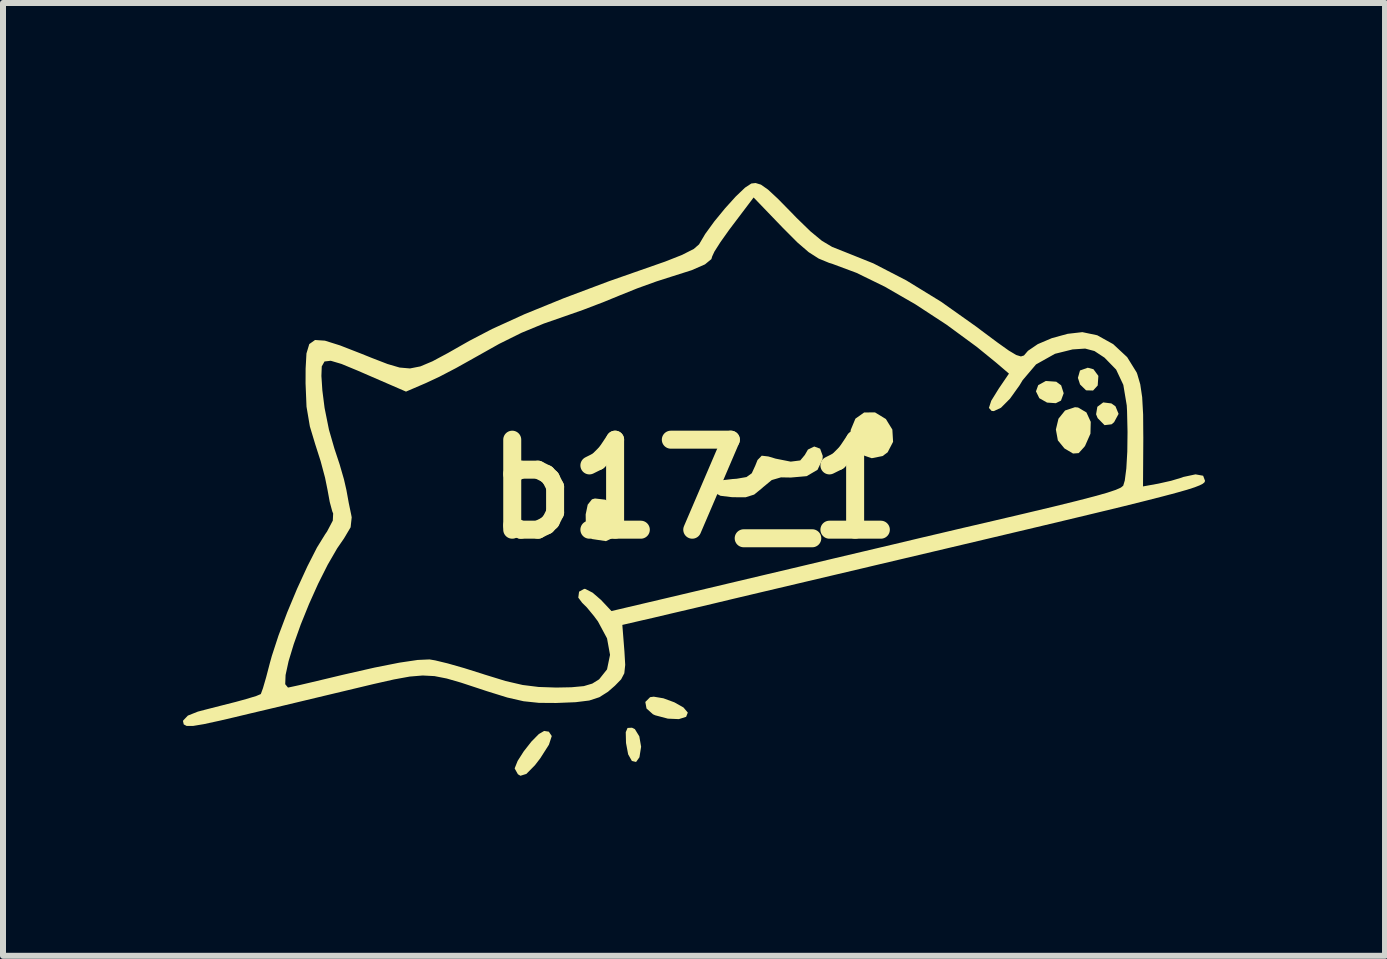
<source format=kicad_pcb>
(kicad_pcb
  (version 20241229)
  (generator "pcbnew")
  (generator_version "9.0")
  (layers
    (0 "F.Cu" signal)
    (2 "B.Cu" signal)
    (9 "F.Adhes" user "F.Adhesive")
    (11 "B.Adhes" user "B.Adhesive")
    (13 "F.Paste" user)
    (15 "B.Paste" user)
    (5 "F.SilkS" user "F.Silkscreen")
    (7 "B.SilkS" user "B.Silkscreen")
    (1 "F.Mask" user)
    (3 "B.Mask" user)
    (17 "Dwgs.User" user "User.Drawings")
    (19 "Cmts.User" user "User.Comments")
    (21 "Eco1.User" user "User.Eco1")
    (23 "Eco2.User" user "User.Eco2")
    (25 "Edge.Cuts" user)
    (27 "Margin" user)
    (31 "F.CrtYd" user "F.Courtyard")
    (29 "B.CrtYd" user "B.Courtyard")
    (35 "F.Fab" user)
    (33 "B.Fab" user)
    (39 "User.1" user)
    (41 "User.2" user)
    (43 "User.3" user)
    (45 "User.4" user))
  (footprint "b17_1"
    (layer "F.Cu")
    (at 8.522 4.591)
    (property "Reference" "b17_1" (at 0 0.508 0) (layer "F.SilkS") (effects (font (size 1.5 1.5) (thickness 0.3))))
    (attr board_only exclude_from_pos_files exclude_from_bom)
    (fp_poly (pts (xy 6.426 -1.467) (xy 6.391 -1.344) (xy 6.427 -1.234) (xy 6.527 -1.136) (xy 6.644 -1.133) (xy 6.721 -1.217) (xy 6.732 -1.377) (xy 6.65 -1.488) (xy 6.555 -1.513)) (stroke (width 0) (type solid)) (fill yes) (layer "F.SilkS"))
    (fp_poly (pts (xy 5.73 -1.223) (xy 5.692 -1.119) (xy 5.748 -1.005) (xy 5.877 -0.932) (xy 6.023 -0.922) (xy 6.109 -0.965) (xy 6.154 -1.088) (xy 6.112 -1.219) (xy 6.03 -1.28) (xy 5.856 -1.292)) (stroke (width 0) (type solid)) (fill yes) (layer "F.SilkS"))
    (fp_poly (pts (xy 6.715 -0.862) (xy 6.694 -0.737) (xy 6.72 -0.673) (xy 6.835 -0.556) (xy 6.952 -0.57) (xy 6.994 -0.605) (xy 7.069 -0.744) (xy 7.017 -0.87) (xy 6.949 -0.918) (xy 6.813 -0.935)) (stroke (width 0) (type solid)) (fill yes) (layer "F.SilkS"))
    (fp_poly (pts (xy -1.114 4.49) (xy -1.144 4.56) (xy -1.14 4.728) (xy -1.139 4.744) (xy -1.104 4.93) (xy -1.042 5.04) (xy -0.972 5.057) (xy -0.916 4.979) (xy -0.888 4.803) (xy -0.918 4.63) (xy -0.992 4.51) (xy -1.04 4.486)) (stroke (width 0) (type solid)) (fill yes) (layer "F.SilkS"))
    (fp_poly (pts (xy -0.738 3.977) (xy -0.818 4.057) (xy -0.798 4.166) (xy -0.691 4.262) (xy -0.654 4.279) (xy -0.442 4.335) (xy -0.259 4.343) (xy -0.138 4.305) (xy -0.11 4.234) (xy -0.182 4.149) (xy -0.334 4.063) (xy -0.516 3.996) (xy -0.677 3.969)) (stroke (width 0) (type solid)) (fill yes) (layer "F.SilkS"))
    (fp_poly (pts (xy 2.828 -0.767) (xy 2.683 -0.664) (xy 2.605 -0.476) (xy 2.599 -0.4) (xy 2.651 -0.202) (xy 2.782 -0.064) (xy 2.956 -0.005) (xy 3.136 -0.041) (xy 3.22 -0.103) (xy 3.311 -0.278) (xy 3.299 -0.482) (xy 3.191 -0.658) (xy 3.009 -0.769)) (stroke (width 0) (type solid)) (fill yes) (layer "F.SilkS"))
    (fp_poly (pts (xy -1.707 0.68) (xy -1.778 0.769) (xy -1.812 0.932) (xy -1.809 1.117) (xy -1.768 1.272) (xy -1.705 1.342) (xy -1.474 1.377) (xy -1.287 1.289) (xy -1.259 1.259) (xy -1.195 1.108) (xy -1.229 0.94) (xy -1.334 0.789) (xy -1.485 0.686) (xy -1.657 0.666)) (stroke (width 0) (type solid)) (fill yes) (layer "F.SilkS"))
    (fp_poly (pts (xy 6.177 -0.8) (xy 6.067 -0.663) (xy 6.024 -0.483) (xy 6.057 -0.302) (xy 6.167 -0.168) (xy 6.31 -0.083) (xy 6.404 -0.09) (xy 6.499 -0.195) (xy 6.511 -0.212) (xy 6.6 -0.414) (xy 6.605 -0.611) (xy 6.533 -0.768) (xy 6.394 -0.85) (xy 6.342 -0.855)) (stroke (width 0) (type solid)) (fill yes) (layer "F.SilkS"))
    (fp_poly (pts (xy -2.592 4.591) (xy -2.716 4.717) (xy -2.844 4.88) (xy -2.946 5.04) (xy -2.994 5.16) (xy -2.994 5.168) (xy -2.941 5.262) (xy -2.899 5.287) (xy -2.8 5.256) (xy -2.657 5.111) (xy -2.568 4.995) (xy -2.424 4.769) (xy -2.377 4.625) (xy -2.426 4.552) (xy -2.504 4.54)) (stroke (width 0) (type solid)) (fill yes) (layer "F.SilkS"))
    (fp_poly (pts (xy 1.892 -0.149) (xy 1.84 -0.059) (xy 1.764 0.032) (xy 1.605 0.052) (xy 1.353 0.002) (xy 1.233 -0.034) (xy 1.122 -0.047) (xy 1.052 0.025) (xy 1.014 0.12) (xy 0.956 0.246) (xy 0.868 0.309) (xy 0.706 0.337) (xy 0.636 0.342) (xy 0.446 0.364) (xy 0.354 0.406) (xy 0.329 0.486) (xy 0.329 0.494) (xy 0.35 0.576) (xy 0.434 0.621) (xy 0.614 0.643) (xy 0.643 0.645) (xy 0.854 0.646) (xy 0.996 0.601) (xy 1.131 0.491) (xy 1.141 0.481) (xy 1.289 0.359) (xy 1.443 0.314) (xy 1.607 0.317) (xy 1.871 0.294) (xy 2.052 0.188) (xy 2.135 0.011) (xy 2.139 -0.043) (xy 2.095 -0.164) (xy 1.997 -0.2)) (stroke (width 0) (type solid)) (fill yes) (layer "F.SilkS"))
    (fp_poly (pts (xy 0.949 -4.583) (xy 0.844 -4.514) (xy 0.689 -4.366) (xy 0.51 -4.168) (xy 0.332 -3.951) (xy 0.18 -3.742) (xy 0.08 -3.573) (xy 0.079 -3.57) (xy -0.011 -3.492) (xy -0.206 -3.393) (xy -0.487 -3.282) (xy -0.579 -3.25) (xy -1.425 -2.954) (xy -2.178 -2.671) (xy -2.831 -2.405) (xy -3.373 -2.158) (xy -3.756 -1.958) (xy -4.104 -1.76) (xy -4.365 -1.62) (xy -4.567 -1.535) (xy -4.74 -1.501) (xy -4.913 -1.516) (xy -5.114 -1.575) (xy -5.373 -1.675) (xy -5.552 -1.747) (xy -5.906 -1.885) (xy -6.157 -1.964) (xy -6.322 -1.975) (xy -6.418 -1.907) (xy -6.465 -1.751) (xy -6.479 -1.498) (xy -6.48 -1.254) (xy -6.464 -0.864) (xy -6.408 -0.534) (xy -6.318 -0.235) (xy -6.229 0.043) (xy -6.155 0.32) (xy -6.114 0.522) (xy -6.077 0.724) (xy -6.035 0.88) (xy -6.02 0.916) (xy -6.026 1.035) (xy -6.122 1.217) (xy -6.153 1.262) (xy -6.29 1.484) (xy -6.45 1.798) (xy -6.621 2.17) (xy -6.786 2.565) (xy -6.931 2.95) (xy -7.042 3.29) (xy -7.075 3.409) (xy -7.137 3.646) (xy -7.19 3.828) (xy -7.224 3.921) (xy -7.227 3.926) (xy -7.303 3.958) (xy -7.468 4.008) (xy -7.643 4.056) (xy -7.903 4.122) (xy -8.153 4.186) (xy -8.275 4.218) (xy -8.441 4.284) (xy -8.519 4.365) (xy -8.522 4.378) (xy -8.51 4.431) (xy -8.461 4.457) (xy -8.357 4.457) (xy -8.177 4.427) (xy -7.901 4.367) (xy -7.666 4.312) (xy -7.395 4.247) (xy -7.031 4.161) (xy -6.608 4.06) (xy -6.161 3.953) (xy -5.784 3.863) (xy -5.345 3.758) (xy -5.008 3.682) (xy -4.745 3.634) (xy -4.528 3.616) (xy -4.332 3.626) (xy -4.128 3.666) (xy -3.889 3.735) (xy -3.589 3.834) (xy -3.456 3.878) (xy -3.118 3.983) (xy -2.847 4.045) (xy -2.591 4.072) (xy -2.304 4.074) (xy -1.98 4.061) (xy -1.752 4.033) (xy -1.584 3.978) (xy -1.44 3.887) (xy -1.324 3.786) (xy -1.221 3.68) (xy -1.168 3.579) (xy -1.153 3.439) (xy -1.166 3.216) (xy -1.168 3.191) (xy -1.201 2.773) (xy -0.864 2.695) (xy -0.689 2.655) (xy -0.415 2.59) (xy -0.069 2.509) (xy 0.32 2.417) (xy 0.658 2.336) (xy 1.152 2.219) (xy 1.711 2.087) (xy 2.279 1.953) (xy 2.801 1.83) (xy 2.994 1.784) (xy 3.961 1.556) (xy 4.807 1.356) (xy 5.542 1.182) (xy 6.172 1.032) (xy 6.706 0.904) (xy 7.152 0.796) (xy 7.517 0.705) (xy 7.81 0.63) (xy 8.039 0.569) (xy 8.212 0.52) (xy 8.336 0.48) (xy 8.42 0.447) (xy 8.471 0.421) (xy 8.499 0.398) (xy 8.509 0.376) (xy 8.51 0.373) (xy 8.478 0.287) (xy 8.351 0.264) (xy 8.15 0.307) (xy 8.115 0.32) (xy 7.944 0.371) (xy 7.735 0.418) (xy 7.719 0.421) (xy 7.476 0.465) (xy 7.481 -0.343) (xy 7.48 -0.442) (xy 7.218 -0.442) (xy 7.214 -0.114) (xy 7.198 0.166) (xy 7.172 0.367) (xy 7.146 0.453) (xy 7.108 0.484) (xy 7.023 0.522) (xy 6.879 0.57) (xy 6.666 0.63) (xy 6.373 0.706) (xy 5.988 0.801) (xy 5.501 0.917) (xy 4.9 1.058) (xy 4.672 1.111) (xy 4.469 1.158) (xy 4.16 1.231) (xy 3.768 1.323) (xy 3.315 1.431) (xy 2.824 1.547) (xy 2.316 1.667) (xy 2.27 1.678) (xy 1.737 1.805) (xy 1.195 1.933) (xy 0.672 2.057) (xy 0.196 2.17) (xy -0.206 2.265) (xy -0.494 2.333) (xy -1.382 2.542) (xy -1.556 2.357) (xy -1.696 2.236) (xy -1.817 2.174) (xy -1.836 2.172) (xy -1.922 2.219) (xy -1.935 2.318) (xy -1.871 2.404) (xy -1.794 2.48) (xy -1.675 2.624) (xy -1.608 2.714) (xy -1.456 2.997) (xy -1.406 3.272) (xy -1.456 3.514) (xy -1.588 3.68) (xy -1.702 3.751) (xy -1.843 3.793) (xy -2.049 3.812) (xy -2.303 3.817) (xy -2.597 3.807) (xy -2.862 3.774) (xy -3.147 3.708) (xy -3.501 3.599) (xy -3.534 3.588) (xy -3.836 3.493) (xy -4.109 3.415) (xy -4.32 3.364) (xy -4.415 3.348) (xy -4.613 3.357) (xy -4.916 3.402) (xy -5.33 3.484) (xy -5.861 3.605) (xy -6.099 3.662) (xy -6.372 3.727) (xy -6.594 3.779) (xy -6.737 3.81) (xy -6.773 3.817) (xy -6.819 3.761) (xy -6.813 3.608) (xy -6.763 3.378) (xy -6.676 3.091) (xy -6.56 2.766) (xy -6.422 2.425) (xy -6.27 2.086) (xy -6.111 1.77) (xy -5.953 1.497) (xy -5.84 1.333) (xy -5.729 1.146) (xy -5.711 0.98) (xy -5.719 0.938) (xy -5.76 0.741) (xy -5.799 0.526) (xy -5.84 0.347) (xy -5.912 0.098) (xy -5.999 -0.165) (xy -6.09 -0.48) (xy -6.163 -0.843) (xy -6.2 -1.135) (xy -6.216 -1.376) (xy -6.21 -1.535) (xy -6.164 -1.617) (xy -6.06 -1.629) (xy -5.881 -1.576) (xy -5.608 -1.463) (xy -5.417 -1.38) (xy -4.806 -1.115) (xy -4.476 -1.257) (xy -4.251 -1.362) (xy -3.973 -1.507) (xy -3.699 -1.66) (xy -3.685 -1.668) (xy -3.254 -1.91) (xy -2.879 -2.096) (xy -2.509 -2.249) (xy -2.172 -2.366) (xy -1.858 -2.476) (xy -1.51 -2.609) (xy -1.252 -2.715) (xy -0.954 -2.835) (xy -0.633 -2.951) (xy -0.389 -3.029) (xy -0.046 -3.138) (xy 0.176 -3.235) (xy 0.283 -3.323) (xy 0.296 -3.367) (xy 0.334 -3.449) (xy 0.434 -3.606) (xy 0.578 -3.809) (xy 0.642 -3.894) (xy 0.987 -4.35) (xy 1.471 -3.847) (xy 1.714 -3.603) (xy 1.904 -3.439) (xy 2.071 -3.332) (xy 2.243 -3.261) (xy 2.293 -3.246) (xy 2.701 -3.094) (xy 3.172 -2.864) (xy 3.682 -2.57) (xy 4.202 -2.23) (xy 4.706 -1.86) (xy 5.023 -1.602) (xy 5.242 -1.415) (xy 5.072 -1.165) (xy 4.947 -0.963) (xy 4.908 -0.843) (xy 4.953 -0.793) (xy 4.99 -0.79) (xy 5.109 -0.846) (xy 5.26 -0.998) (xy 5.42 -1.222) (xy 5.469 -1.304) (xy 5.693 -1.568) (xy 6.009 -1.745) (xy 6.302 -1.818) (xy 6.512 -1.832) (xy 6.667 -1.791) (xy 6.834 -1.681) (xy 7.028 -1.482) (xy 7.148 -1.227) (xy 7.205 -0.885) (xy 7.21 -0.79) (xy 7.218 -0.442) (xy 7.48 -0.442) (xy 7.478 -0.733) (xy 7.462 -1.022) (xy 7.43 -1.237) (xy 7.38 -1.408) (xy 7.37 -1.434) (xy 7.212 -1.689) (xy 6.979 -1.906) (xy 6.713 -2.054) (xy 6.465 -2.106) (xy 6.22 -2.078) (xy 5.957 -2.006) (xy 5.722 -1.906) (xy 5.559 -1.795) (xy 5.533 -1.765) (xy 5.492 -1.717) (xy 5.441 -1.701) (xy 5.363 -1.725) (xy 5.239 -1.799) (xy 5.051 -1.933) (xy 4.781 -2.134) (xy 4.695 -2.199) (xy 4.112 -2.612) (xy 3.532 -2.968) (xy 2.982 -3.252) (xy 2.488 -3.45) (xy 2.48 -3.453) (xy 2.296 -3.526) (xy 2.125 -3.628) (xy 1.937 -3.783) (xy 1.702 -4.011) (xy 1.619 -4.097) (xy 1.389 -4.331) (xy 1.226 -4.482) (xy 1.109 -4.564) (xy 1.02 -4.591)) (stroke (width 0) (type solid)) (fill yes) (layer "F.SilkS")))
  (gr_rect
    (start -3 -3)
    (end 20.031 12.878)
    (stroke (width 0.1) (type default))
    (fill no)
    (layer "Edge.Cuts")))
</source>
